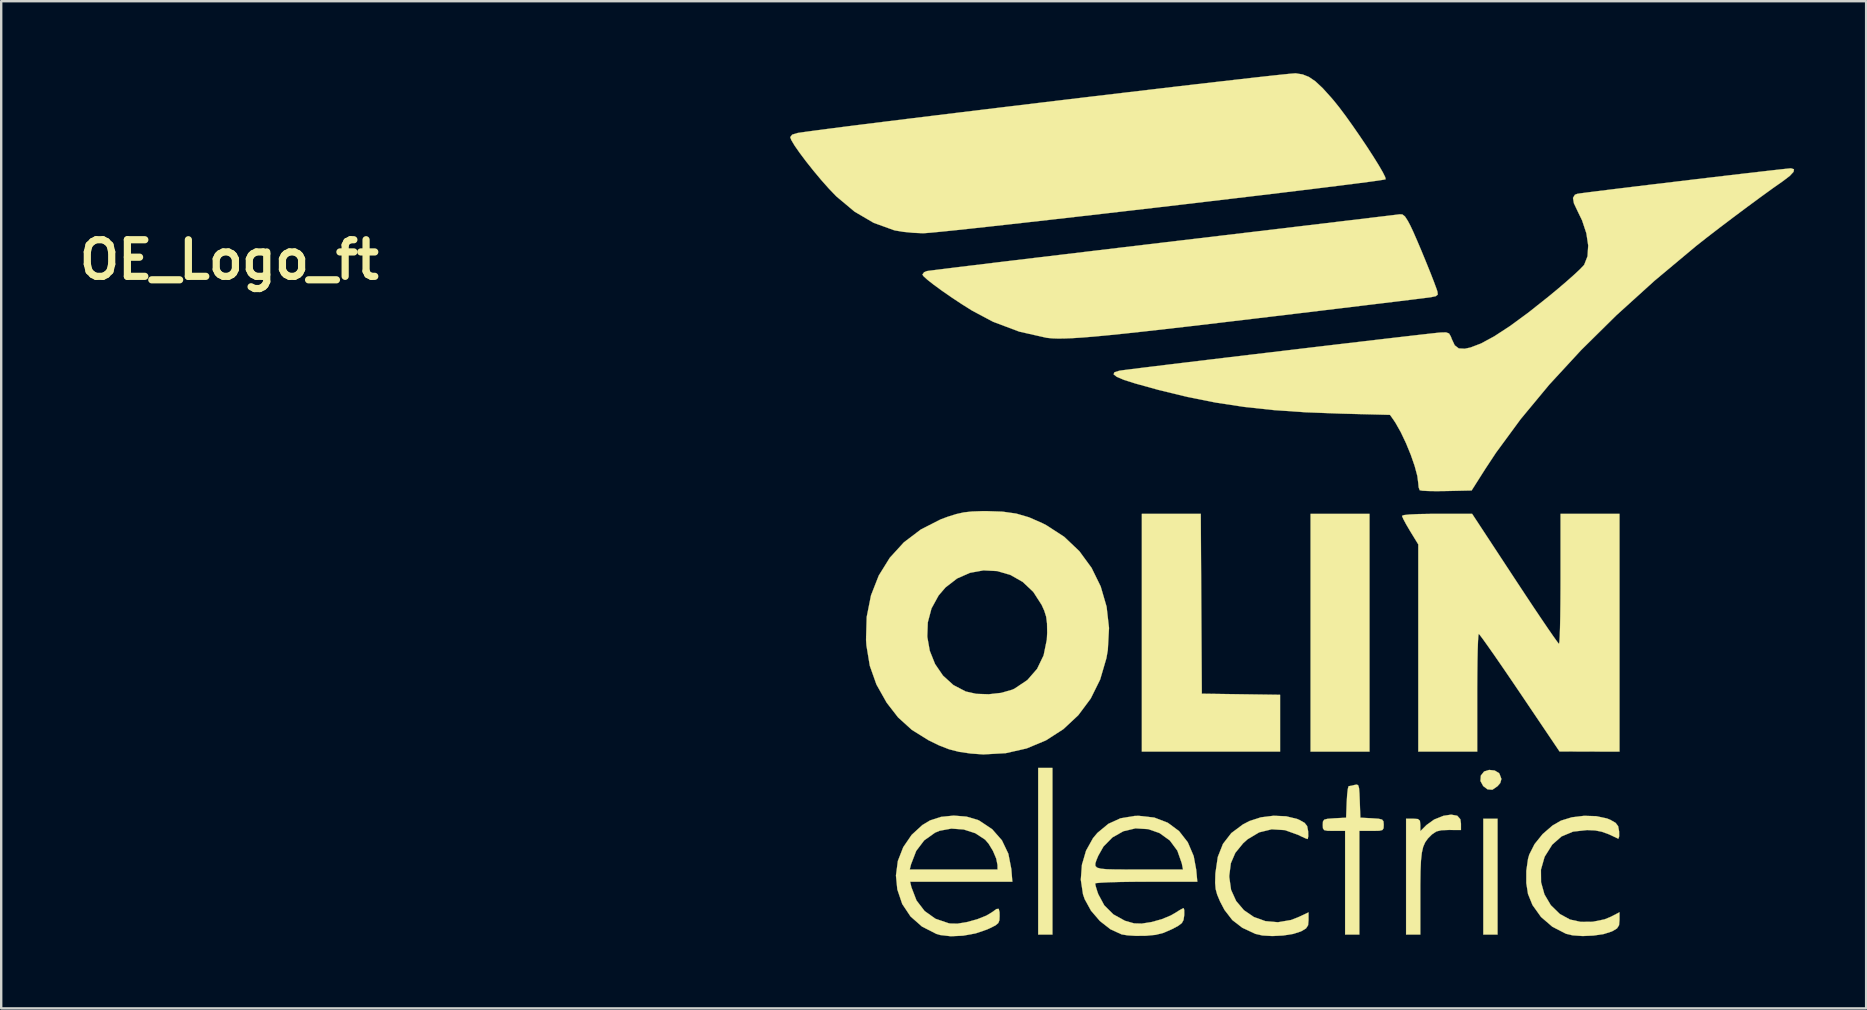
<source format=kicad_pcb>
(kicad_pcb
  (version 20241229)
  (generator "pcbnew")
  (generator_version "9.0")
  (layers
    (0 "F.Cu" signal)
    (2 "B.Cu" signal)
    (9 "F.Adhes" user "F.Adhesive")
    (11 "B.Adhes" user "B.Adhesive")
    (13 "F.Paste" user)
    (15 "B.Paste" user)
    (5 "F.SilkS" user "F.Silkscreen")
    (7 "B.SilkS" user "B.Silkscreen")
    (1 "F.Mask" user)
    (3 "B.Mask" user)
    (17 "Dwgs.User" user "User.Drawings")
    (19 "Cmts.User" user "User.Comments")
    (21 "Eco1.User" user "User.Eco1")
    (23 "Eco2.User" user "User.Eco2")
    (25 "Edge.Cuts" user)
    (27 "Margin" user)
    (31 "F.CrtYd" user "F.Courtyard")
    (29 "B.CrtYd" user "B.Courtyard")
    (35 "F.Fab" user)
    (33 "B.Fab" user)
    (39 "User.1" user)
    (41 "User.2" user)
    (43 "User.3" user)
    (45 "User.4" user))
  (footprint "OE_Logo_ft"
    (layer "F.Cu")
    (at 47.396 16.662)
    (property "Reference" "OE_Logo_ft" (at -40.894 -8.89 0) (layer "F.SilkS") (effects (font (size 1.524 1.524) (thickness 0.3))))
    (attr through_hole)
    (fp_poly (pts (xy -6.604 19.219) (xy -7.197 19.219) (xy -7.197 12.277) (xy -6.604 12.277) (xy -6.604 19.219)) (stroke (width 0.01) (type solid)) (fill yes) (layer "F.SilkS"))
    (fp_poly (pts (xy 6.604 11.599) (xy 4.149 11.599) (xy 4.149 1.693) (xy 6.604 1.693) (xy 6.604 11.599)) (stroke (width 0.01) (type solid)) (fill yes) (layer "F.SilkS"))
    (fp_poly (pts (xy 11.938 19.219) (xy 11.345 19.219) (xy 11.345 14.393) (xy 11.938 14.393) (xy 11.938 19.219)) (stroke (width 0.01) (type solid)) (fill yes) (layer "F.SilkS"))
    (fp_poly (pts (xy -0.403 5.44) (xy -0.381 9.186) (xy 2.879 9.232) (xy 2.879 11.599) (xy -2.879 11.599) (xy -2.879 1.693) (xy -0.425 1.693) (xy -0.403 5.44)) (stroke (width 0.01) (type solid)) (fill yes) (layer "F.SilkS"))
    (fp_poly (pts (xy 11.82 12.386) (xy 11.994 12.489) (xy 12.02 12.525) (xy 12.099 12.737) (xy 12.052 12.906) (xy 11.938 13.039) (xy 11.724 13.186) (xy 11.52 13.17) (xy 11.341 13.034) (xy 11.226 12.823) (xy 11.243 12.596) (xy 11.378 12.426) (xy 11.588 12.361) (xy 11.82 12.386)) (stroke (width 0.01) (type solid)) (fill yes) (layer "F.SilkS"))
    (fp_poly (pts (xy 10.26 14.269) (xy 10.389 14.415) (xy 10.414 14.596) (xy 10.414 14.865) (xy 9.913 14.862) (xy 9.602 14.873) (xy 9.395 14.923) (xy 9.229 15.03) (xy 9.182 15.071) (xy 9.035 15.22) (xy 8.923 15.377) (xy 8.84 15.567) (xy 8.784 15.813) (xy 8.748 16.142) (xy 8.729 16.577) (xy 8.721 17.143) (xy 8.721 17.523) (xy 8.721 19.219) (xy 8.128 19.219) (xy 8.128 14.393) (xy 8.424 14.393) (xy 8.623 14.407) (xy 8.705 14.479) (xy 8.721 14.654) (xy 8.721 14.914) (xy 8.978 14.657) (xy 9.297 14.428) (xy 9.687 14.272) (xy 10.005 14.224) (xy 10.26 14.269)) (stroke (width 0.01) (type solid)) (fill yes) (layer "F.SilkS"))
    (fp_poly (pts (xy 6.135 13.004) (xy 6.168 13.118) (xy 6.186 13.344) (xy 6.198 13.644) (xy 6.223 14.351) (xy 6.71 14.376) (xy 6.984 14.395) (xy 7.129 14.43) (xy 7.186 14.503) (xy 7.197 14.639) (xy 7.197 14.652) (xy 7.19 14.79) (xy 7.142 14.864) (xy 7.014 14.895) (xy 6.766 14.901) (xy 6.689 14.901) (xy 6.181 14.901) (xy 6.181 19.219) (xy 5.588 19.219) (xy 5.588 14.901) (xy 5.122 14.901) (xy 4.856 14.897) (xy 4.718 14.869) (xy 4.665 14.795) (xy 4.657 14.653) (xy 4.657 14.652) (xy 4.665 14.511) (xy 4.718 14.433) (xy 4.856 14.397) (xy 5.119 14.378) (xy 5.144 14.376) (xy 5.63 14.351) (xy 5.655 13.695) (xy 5.674 13.386) (xy 5.701 13.154) (xy 5.732 13.042) (xy 5.74 13.038) (xy 5.862 13.017) (xy 5.987 12.986) (xy 6.078 12.971) (xy 6.135 13.004)) (stroke (width 0.01) (type solid)) (fill yes) (layer "F.SilkS"))
    (fp_poly (pts (xy 17.018 11.599) (xy 15.769 11.596) (xy 14.52 11.592) (xy 12.869 9.143) (xy 12.482 8.572) (xy 12.124 8.048) (xy 11.806 7.587) (xy 11.538 7.205) (xy 11.333 6.918) (xy 11.201 6.742) (xy 11.155 6.692) (xy 11.139 6.772) (xy 11.124 7.001) (xy 11.111 7.357) (xy 11.101 7.819) (xy 11.095 8.367) (xy 11.091 8.978) (xy 11.091 9.144) (xy 11.091 11.599) (xy 8.636 11.599) (xy 8.636 2.966) (xy 8.297 2.413) (xy 8.135 2.138) (xy 8.015 1.915) (xy 7.96 1.786) (xy 7.959 1.777) (xy 8.041 1.745) (xy 8.277 1.72) (xy 8.653 1.703) (xy 9.153 1.695) (xy 9.419 1.694) (xy 10.88 1.695) (xy 12.658 4.402) (xy 13.056 5.006) (xy 13.426 5.564) (xy 13.759 6.059) (xy 14.042 6.476) (xy 14.266 6.8) (xy 14.421 7.016) (xy 14.495 7.109) (xy 14.499 7.111) (xy 14.515 7.03) (xy 14.529 6.799) (xy 14.541 6.44) (xy 14.551 5.971) (xy 14.558 5.413) (xy 14.562 4.786) (xy 14.563 4.403) (xy 14.563 1.693) (xy 17.018 1.693) (xy 17.018 11.599)) (stroke (width 0.01) (type solid)) (fill yes) (layer "F.SilkS"))
    (fp_poly (pts (xy 16.052 14.288) (xy 16.497 14.383) (xy 16.641 14.442) (xy 16.858 14.567) (xy 16.962 14.705) (xy 17.002 14.92) (xy 17.002 14.931) (xy 17.004 15.129) (xy 16.975 15.223) (xy 16.96 15.223) (xy 16.58 15.044) (xy 16.282 14.936) (xy 16.005 14.882) (xy 15.688 14.867) (xy 15.663 14.867) (xy 15.084 14.931) (xy 14.605 15.131) (xy 14.217 15.472) (xy 13.912 15.959) (xy 13.892 16.002) (xy 13.746 16.516) (xy 13.751 17.041) (xy 13.892 17.546) (xy 14.158 17.997) (xy 14.535 18.364) (xy 14.957 18.594) (xy 15.402 18.691) (xy 15.905 18.686) (xy 16.395 18.586) (xy 16.663 18.476) (xy 17.018 18.291) (xy 17.018 18.612) (xy 17 18.829) (xy 16.915 18.963) (xy 16.719 19.08) (xy 16.701 19.089) (xy 16.369 19.196) (xy 15.942 19.261) (xy 15.485 19.281) (xy 15.065 19.252) (xy 14.791 19.187) (xy 14.223 18.895) (xy 13.749 18.487) (xy 13.394 17.99) (xy 13.207 17.529) (xy 13.136 17.076) (xy 13.137 16.561) (xy 13.207 16.071) (xy 13.258 15.891) (xy 13.479 15.453) (xy 13.818 15.032) (xy 14.227 14.678) (xy 14.581 14.473) (xy 15.032 14.335) (xy 15.543 14.273) (xy 16.052 14.288)) (stroke (width 0.01) (type solid)) (fill yes) (layer "F.SilkS"))
    (fp_poly (pts (xy 3.134 14.293) (xy 3.593 14.405) (xy 3.683 14.444) (xy 3.902 14.567) (xy 4.007 14.702) (xy 4.047 14.911) (xy 4.048 14.923) (xy 4.053 15.126) (xy 4.032 15.235) (xy 4.023 15.24) (xy 3.923 15.205) (xy 3.731 15.116) (xy 3.638 15.069) (xy 3.081 14.869) (xy 2.532 14.834) (xy 2.008 14.962) (xy 1.525 15.25) (xy 1.341 15.415) (xy 1.013 15.818) (xy 0.828 16.249) (xy 0.763 16.76) (xy 0.762 16.822) (xy 0.838 17.358) (xy 1.049 17.823) (xy 1.373 18.204) (xy 1.787 18.488) (xy 2.267 18.66) (xy 2.789 18.706) (xy 3.33 18.614) (xy 3.619 18.503) (xy 4.064 18.296) (xy 4.064 18.615) (xy 4.046 18.83) (xy 3.96 18.963) (xy 3.762 19.081) (xy 3.747 19.089) (xy 3.425 19.193) (xy 3.007 19.259) (xy 2.558 19.281) (xy 2.144 19.258) (xy 1.853 19.192) (xy 1.307 18.937) (xy 0.889 18.615) (xy 0.562 18.191) (xy 0.376 17.835) (xy 0.26 17.559) (xy 0.196 17.326) (xy 0.174 17.067) (xy 0.183 16.717) (xy 0.187 16.65) (xy 0.284 15.988) (xy 0.501 15.44) (xy 0.848 14.992) (xy 1.332 14.631) (xy 1.608 14.488) (xy 2.079 14.336) (xy 2.609 14.27) (xy 3.134 14.293)) (stroke (width 0.01) (type solid)) (fill yes) (layer "F.SilkS"))
    (fp_poly (pts (xy -10.185 14.306) (xy -9.716 14.443) (xy -9.652 14.473) (xy -9.113 14.832) (xy -8.708 15.294) (xy -8.441 15.852) (xy -8.317 16.487) (xy -8.274 17.018) (xy -12.534 17.018) (xy -12.478 17.251) (xy -12.267 17.799) (xy -11.929 18.239) (xy -11.479 18.56) (xy -10.932 18.747) (xy -10.852 18.761) (xy -10.541 18.762) (xy -10.146 18.695) (xy -9.732 18.58) (xy -9.361 18.432) (xy -9.123 18.29) (xy -8.935 18.155) (xy -8.841 18.149) (xy -8.808 18.287) (xy -8.805 18.446) (xy -8.813 18.622) (xy -8.859 18.74) (xy -8.977 18.838) (xy -9.202 18.951) (xy -9.335 19.011) (xy -9.805 19.171) (xy -10.325 19.266) (xy -10.837 19.29) (xy -11.284 19.238) (xy -11.44 19.192) (xy -12.039 18.886) (xy -12.515 18.466) (xy -12.861 17.947) (xy -13.066 17.341) (xy -13.123 16.758) (xy -13.09 16.51) (xy -12.549 16.51) (xy -8.89 16.51) (xy -8.892 16.32) (xy -8.946 16.053) (xy -9.081 15.735) (xy -9.262 15.436) (xy -9.409 15.265) (xy -9.816 14.998) (xy -10.301 14.842) (xy -10.814 14.805) (xy -11.303 14.895) (xy -11.494 14.975) (xy -11.946 15.296) (xy -12.28 15.736) (xy -12.496 16.298) (xy -12.497 16.302) (xy -12.549 16.51) (xy -13.09 16.51) (xy -13.044 16.155) (xy -12.819 15.579) (xy -12.47 15.068) (xy -12.021 14.655) (xy -11.703 14.465) (xy -11.245 14.317) (xy -10.717 14.264) (xy -10.185 14.306)) (stroke (width 0.01) (type solid)) (fill yes) (layer "F.SilkS"))
    (fp_poly (pts (xy 7.976 -10.778) (xy 8.081 -10.696) (xy 8.203 -10.508) (xy 8.306 -10.313) (xy 8.426 -10.058) (xy 8.585 -9.695) (xy 8.768 -9.264) (xy 8.957 -8.805) (xy 9.137 -8.36) (xy 9.29 -7.967) (xy 9.4 -7.668) (xy 9.434 -7.564) (xy 9.448 -7.442) (xy 9.369 -7.375) (xy 9.168 -7.332) (xy 9.037 -7.314) (xy 8.75 -7.278) (xy 8.321 -7.225) (xy 7.763 -7.157) (xy 7.088 -7.075) (xy 6.311 -6.981) (xy 5.444 -6.876) (xy 4.499 -6.762) (xy 3.491 -6.641) (xy 2.432 -6.514) (xy 1.766 -6.435) (xy 0.401 -6.272) (xy -0.806 -6.13) (xy -1.868 -6.008) (xy -2.793 -5.904) (xy -3.594 -5.817) (xy -4.281 -5.747) (xy -4.864 -5.692) (xy -5.355 -5.652) (xy -5.764 -5.626) (xy -6.102 -5.612) (xy -6.38 -5.609) (xy -6.608 -5.617) (xy -6.798 -5.635) (xy -6.858 -5.643) (xy -7.987 -5.898) (xy -9.079 -6.309) (xy -9.948 -6.771) (xy -10.38 -7.042) (xy -10.806 -7.324) (xy -11.203 -7.599) (xy -11.546 -7.849) (xy -11.812 -8.058) (xy -11.978 -8.209) (xy -12.021 -8.275) (xy -11.951 -8.371) (xy -11.832 -8.42) (xy -11.725 -8.435) (xy -11.46 -8.469) (xy -11.048 -8.52) (xy -10.501 -8.588) (xy -9.828 -8.669) (xy -9.042 -8.765) (xy -8.152 -8.872) (xy -7.169 -8.99) (xy -6.104 -9.117) (xy -4.969 -9.253) (xy -3.772 -9.396) (xy -2.527 -9.544) (xy -1.99 -9.608) (xy -0.726 -9.758) (xy 0.492 -9.903) (xy 1.655 -10.041) (xy 2.751 -10.172) (xy 3.77 -10.293) (xy 4.701 -10.404) (xy 5.532 -10.504) (xy 6.255 -10.59) (xy 6.857 -10.663) (xy 7.327 -10.719) (xy 7.656 -10.759) (xy 7.831 -10.781) (xy 7.857 -10.785) (xy 7.976 -10.778)) (stroke (width 0.01) (type solid)) (fill yes) (layer "F.SilkS"))
    (fp_poly (pts (xy -8.683 1.602) (xy -8.111 1.683) (xy -7.579 1.838) (xy -7.024 2.082) (xy -6.858 2.167) (xy -6.115 2.649) (xy -5.484 3.247) (xy -4.974 3.943) (xy -4.593 4.72) (xy -4.348 5.561) (xy -4.247 6.449) (xy -4.297 7.366) (xy -4.356 7.708) (xy -4.616 8.594) (xy -5.01 9.389) (xy -5.527 10.082) (xy -6.152 10.665) (xy -6.873 11.129) (xy -7.677 11.465) (xy -8.551 11.663) (xy -9.483 11.715) (xy -10.01 11.678) (xy -10.495 11.607) (xy -10.91 11.501) (xy -11.327 11.339) (xy -11.769 11.123) (xy -12.461 10.692) (xy -13.035 10.172) (xy -13.51 9.559) (xy -13.936 8.802) (xy -14.212 8.023) (xy -14.352 7.178) (xy -14.368 6.947) (xy -14.365 6.812) (xy -11.818 6.812) (xy -11.714 7.399) (xy -11.494 7.948) (xy -11.163 8.433) (xy -10.731 8.825) (xy -10.217 9.094) (xy -9.776 9.192) (xy -9.259 9.209) (xy -8.737 9.151) (xy -8.282 9.02) (xy -8.185 8.976) (xy -7.649 8.617) (xy -7.243 8.151) (xy -6.971 7.587) (xy -6.837 6.93) (xy -6.823 6.646) (xy -6.829 6.264) (xy -6.865 5.979) (xy -6.946 5.723) (xy -7.054 5.485) (xy -7.402 4.945) (xy -7.843 4.529) (xy -8.351 4.24) (xy -8.903 4.078) (xy -9.474 4.048) (xy -10.04 4.15) (xy -10.577 4.387) (xy -11.061 4.761) (xy -11.347 5.096) (xy -11.642 5.634) (xy -11.796 6.215) (xy -11.818 6.812) (xy -14.365 6.812) (xy -14.341 5.987) (xy -14.162 5.089) (xy -13.839 4.264) (xy -13.38 3.524) (xy -12.792 2.88) (xy -12.083 2.343) (xy -11.26 1.924) (xy -10.961 1.813) (xy -10.609 1.703) (xy -10.296 1.633) (xy -9.959 1.596) (xy -9.536 1.581) (xy -9.356 1.58) (xy -8.683 1.602)) (stroke (width 0.01) (type solid)) (fill yes) (layer "F.SilkS"))
    (fp_poly (pts (xy -2.36 14.346) (xy -1.798 14.562) (xy -1.328 14.91) (xy -0.965 15.376) (xy -0.72 15.95) (xy -0.614 16.522) (xy -0.569 17.018) (xy -2.698 17.018) (xy -3.278 17.021) (xy -3.798 17.029) (xy -4.235 17.041) (xy -4.567 17.057) (xy -4.77 17.075) (xy -4.826 17.092) (xy -4.8 17.211) (xy -4.734 17.425) (xy -4.696 17.535) (xy -4.445 18.002) (xy -4.065 18.379) (xy -3.582 18.646) (xy -3.202 18.754) (xy -2.883 18.762) (xy -2.479 18.699) (xy -2.055 18.581) (xy -1.672 18.423) (xy -1.505 18.327) (xy -1.304 18.201) (xy -1.166 18.127) (xy -1.14 18.119) (xy -1.114 18.193) (xy -1.113 18.378) (xy -1.117 18.436) (xy -1.144 18.615) (xy -1.213 18.741) (xy -1.361 18.854) (xy -1.625 18.995) (xy -1.638 19.001) (xy -1.976 19.148) (xy -2.303 19.231) (xy -2.7 19.269) (xy -2.781 19.272) (xy -3.142 19.273) (xy -3.477 19.252) (xy -3.717 19.213) (xy -3.725 19.211) (xy -4.19 18.998) (xy -4.627 18.656) (xy -4.997 18.225) (xy -5.261 17.745) (xy -5.331 17.541) (xy -5.422 16.936) (xy -5.376 16.316) (xy -5.36 16.26) (xy -4.818 16.26) (xy -4.814 16.362) (xy -4.744 16.432) (xy -4.587 16.475) (xy -4.328 16.499) (xy -3.946 16.508) (xy -3.426 16.51) (xy -2.995 16.51) (xy -1.164 16.51) (xy -1.216 16.249) (xy -1.401 15.723) (xy -1.715 15.299) (xy -2.144 14.991) (xy -2.611 14.828) (xy -3.142 14.795) (xy -3.651 14.916) (xy -4.105 15.173) (xy -4.476 15.549) (xy -4.695 15.936) (xy -4.772 16.12) (xy -4.818 16.26) (xy -5.36 16.26) (xy -5.204 15.725) (xy -4.915 15.205) (xy -4.73 14.984) (xy -4.275 14.607) (xy -3.772 14.377) (xy -3.188 14.279) (xy -3.003 14.274) (xy -2.36 14.346)) (stroke (width 0.01) (type solid)) (fill yes) (layer "F.SilkS"))
    (fp_poly (pts (xy 3.82 -16.611) (xy 4.083 -16.506) (xy 4.351 -16.323) (xy 4.651 -16.043) (xy 5.01 -15.645) (xy 5.11 -15.529) (xy 5.343 -15.239) (xy 5.613 -14.879) (xy 5.904 -14.472) (xy 6.202 -14.041) (xy 6.492 -13.61) (xy 6.757 -13.2) (xy 6.984 -12.836) (xy 7.156 -12.54) (xy 7.258 -12.335) (xy 7.277 -12.244) (xy 7.184 -12.224) (xy 6.935 -12.186) (xy 6.544 -12.132) (xy 6.023 -12.065) (xy 5.386 -11.984) (xy 4.646 -11.892) (xy 3.814 -11.79) (xy 2.905 -11.68) (xy 1.931 -11.563) (xy 0.905 -11.441) (xy -0.16 -11.315) (xy -1.25 -11.186) (xy -2.354 -11.057) (xy -3.459 -10.929) (xy -4.55 -10.803) (xy -5.616 -10.681) (xy -6.643 -10.564) (xy -7.619 -10.454) (xy -8.53 -10.352) (xy -9.363 -10.26) (xy -10.107 -10.179) (xy -10.747 -10.111) (xy -11.271 -10.058) (xy -11.665 -10.02) (xy -11.918 -10) (xy -11.997 -9.996) (xy -12.408 -10.014) (xy -12.821 -10.055) (xy -13.157 -10.111) (xy -13.208 -10.124) (xy -14.052 -10.43) (xy -14.846 -10.895) (xy -15.594 -11.521) (xy -15.63 -11.556) (xy -15.922 -11.861) (xy -16.238 -12.217) (xy -16.558 -12.6) (xy -16.863 -12.984) (xy -17.132 -13.342) (xy -17.346 -13.649) (xy -17.483 -13.88) (xy -17.526 -13.999) (xy -17.446 -14.103) (xy -17.219 -14.172) (xy -17.209 -14.174) (xy -16.913 -14.217) (xy -16.476 -14.276) (xy -15.91 -14.35) (xy -15.228 -14.438) (xy -14.443 -14.537) (xy -13.568 -14.646) (xy -12.614 -14.764) (xy -11.595 -14.889) (xy -10.523 -15.02) (xy -9.411 -15.155) (xy -8.271 -15.293) (xy -7.117 -15.432) (xy -5.96 -15.571) (xy -4.813 -15.708) (xy -3.69 -15.841) (xy -2.602 -15.969) (xy -1.563 -16.092) (xy -0.585 -16.206) (xy 0.32 -16.31) (xy 1.139 -16.404) (xy 1.859 -16.486) (xy 2.467 -16.553) (xy 2.952 -16.605) (xy 3.299 -16.64) (xy 3.497 -16.656) (xy 3.536 -16.657) (xy 3.82 -16.611)) (stroke (width 0.01) (type solid)) (fill yes) (layer "F.SilkS"))
    (fp_poly (pts (xy 24.287 -12.662) (xy 24.269 -12.554) (xy 24.113 -12.385) (xy 23.826 -12.166) (xy 23.811 -12.156) (xy 23.408 -11.873) (xy 22.908 -11.511) (xy 22.348 -11.099) (xy 21.762 -10.661) (xy 21.188 -10.227) (xy 20.661 -9.821) (xy 20.218 -9.472) (xy 20.193 -9.452) (xy 18.479 -8.019) (xy 16.885 -6.575) (xy 15.419 -5.127) (xy 14.089 -3.685) (xy 12.905 -2.258) (xy 11.873 -0.853) (xy 11.429 -0.18) (xy 10.858 0.72) (xy 9.806 0.743) (xy 9.399 0.748) (xy 9.056 0.743) (xy 8.81 0.73) (xy 8.697 0.71) (xy 8.695 0.708) (xy 8.651 0.587) (xy 8.636 0.418) (xy 8.596 0.111) (xy 8.486 -0.299) (xy 8.323 -0.768) (xy 8.124 -1.253) (xy 7.906 -1.712) (xy 7.686 -2.1) (xy 7.613 -2.21) (xy 7.457 -2.43) (xy 5.401 -2.482) (xy 3.949 -2.537) (xy 2.625 -2.628) (xy 1.389 -2.761) (xy 0.202 -2.941) (xy -0.974 -3.175) (xy -2.18 -3.468) (xy -3.154 -3.738) (xy -3.621 -3.886) (xy -3.922 -4.013) (xy -4.056 -4.118) (xy -4.024 -4.202) (xy -3.827 -4.266) (xy -3.789 -4.273) (xy -3.646 -4.293) (xy -3.352 -4.33) (xy -2.921 -4.384) (xy -2.372 -4.451) (xy -1.719 -4.531) (xy -0.978 -4.62) (xy -0.167 -4.718) (xy 0.698 -4.822) (xy 1.603 -4.93) (xy 2.529 -5.04) (xy 3.462 -5.151) (xy 4.385 -5.261) (xy 5.281 -5.367) (xy 6.136 -5.467) (xy 6.931 -5.561) (xy 7.652 -5.645) (xy 8.282 -5.718) (xy 8.804 -5.778) (xy 9.204 -5.823) (xy 9.463 -5.851) (xy 9.558 -5.86) (xy 9.792 -5.866) (xy 9.918 -5.82) (xy 9.994 -5.69) (xy 10.029 -5.594) (xy 10.154 -5.328) (xy 10.323 -5.198) (xy 10.572 -5.185) (xy 10.809 -5.235) (xy 11.252 -5.404) (xy 11.799 -5.7) (xy 12.45 -6.125) (xy 13.207 -6.679) (xy 14.07 -7.363) (xy 14.462 -7.688) (xy 14.813 -7.988) (xy 15.125 -8.265) (xy 15.371 -8.495) (xy 15.522 -8.652) (xy 15.549 -8.686) (xy 15.687 -9.039) (xy 15.715 -9.486) (xy 15.638 -9.995) (xy 15.459 -10.534) (xy 15.276 -10.911) (xy 15.119 -11.243) (xy 15.081 -11.467) (xy 15.16 -11.599) (xy 15.261 -11.638) (xy 15.382 -11.657) (xy 15.65 -11.692) (xy 16.047 -11.742) (xy 16.552 -11.805) (xy 17.147 -11.878) (xy 17.812 -11.959) (xy 18.527 -12.045) (xy 19.273 -12.134) (xy 20.03 -12.225) (xy 20.779 -12.314) (xy 21.5 -12.399) (xy 22.174 -12.478) (xy 22.782 -12.548) (xy 23.303 -12.608) (xy 23.718 -12.655) (xy 24.008 -12.686) (xy 24.153 -12.7) (xy 24.162 -12.7) (xy 24.287 -12.662)) (stroke (width 0.01) (type solid)) (fill yes) (layer "F.SilkS")))
  (gr_rect
    (start -3 -3)
    (end 74.689 38.957)
    (stroke (width 0.1) (type default))
    (fill no)
    (layer "Edge.Cuts")))
</source>
